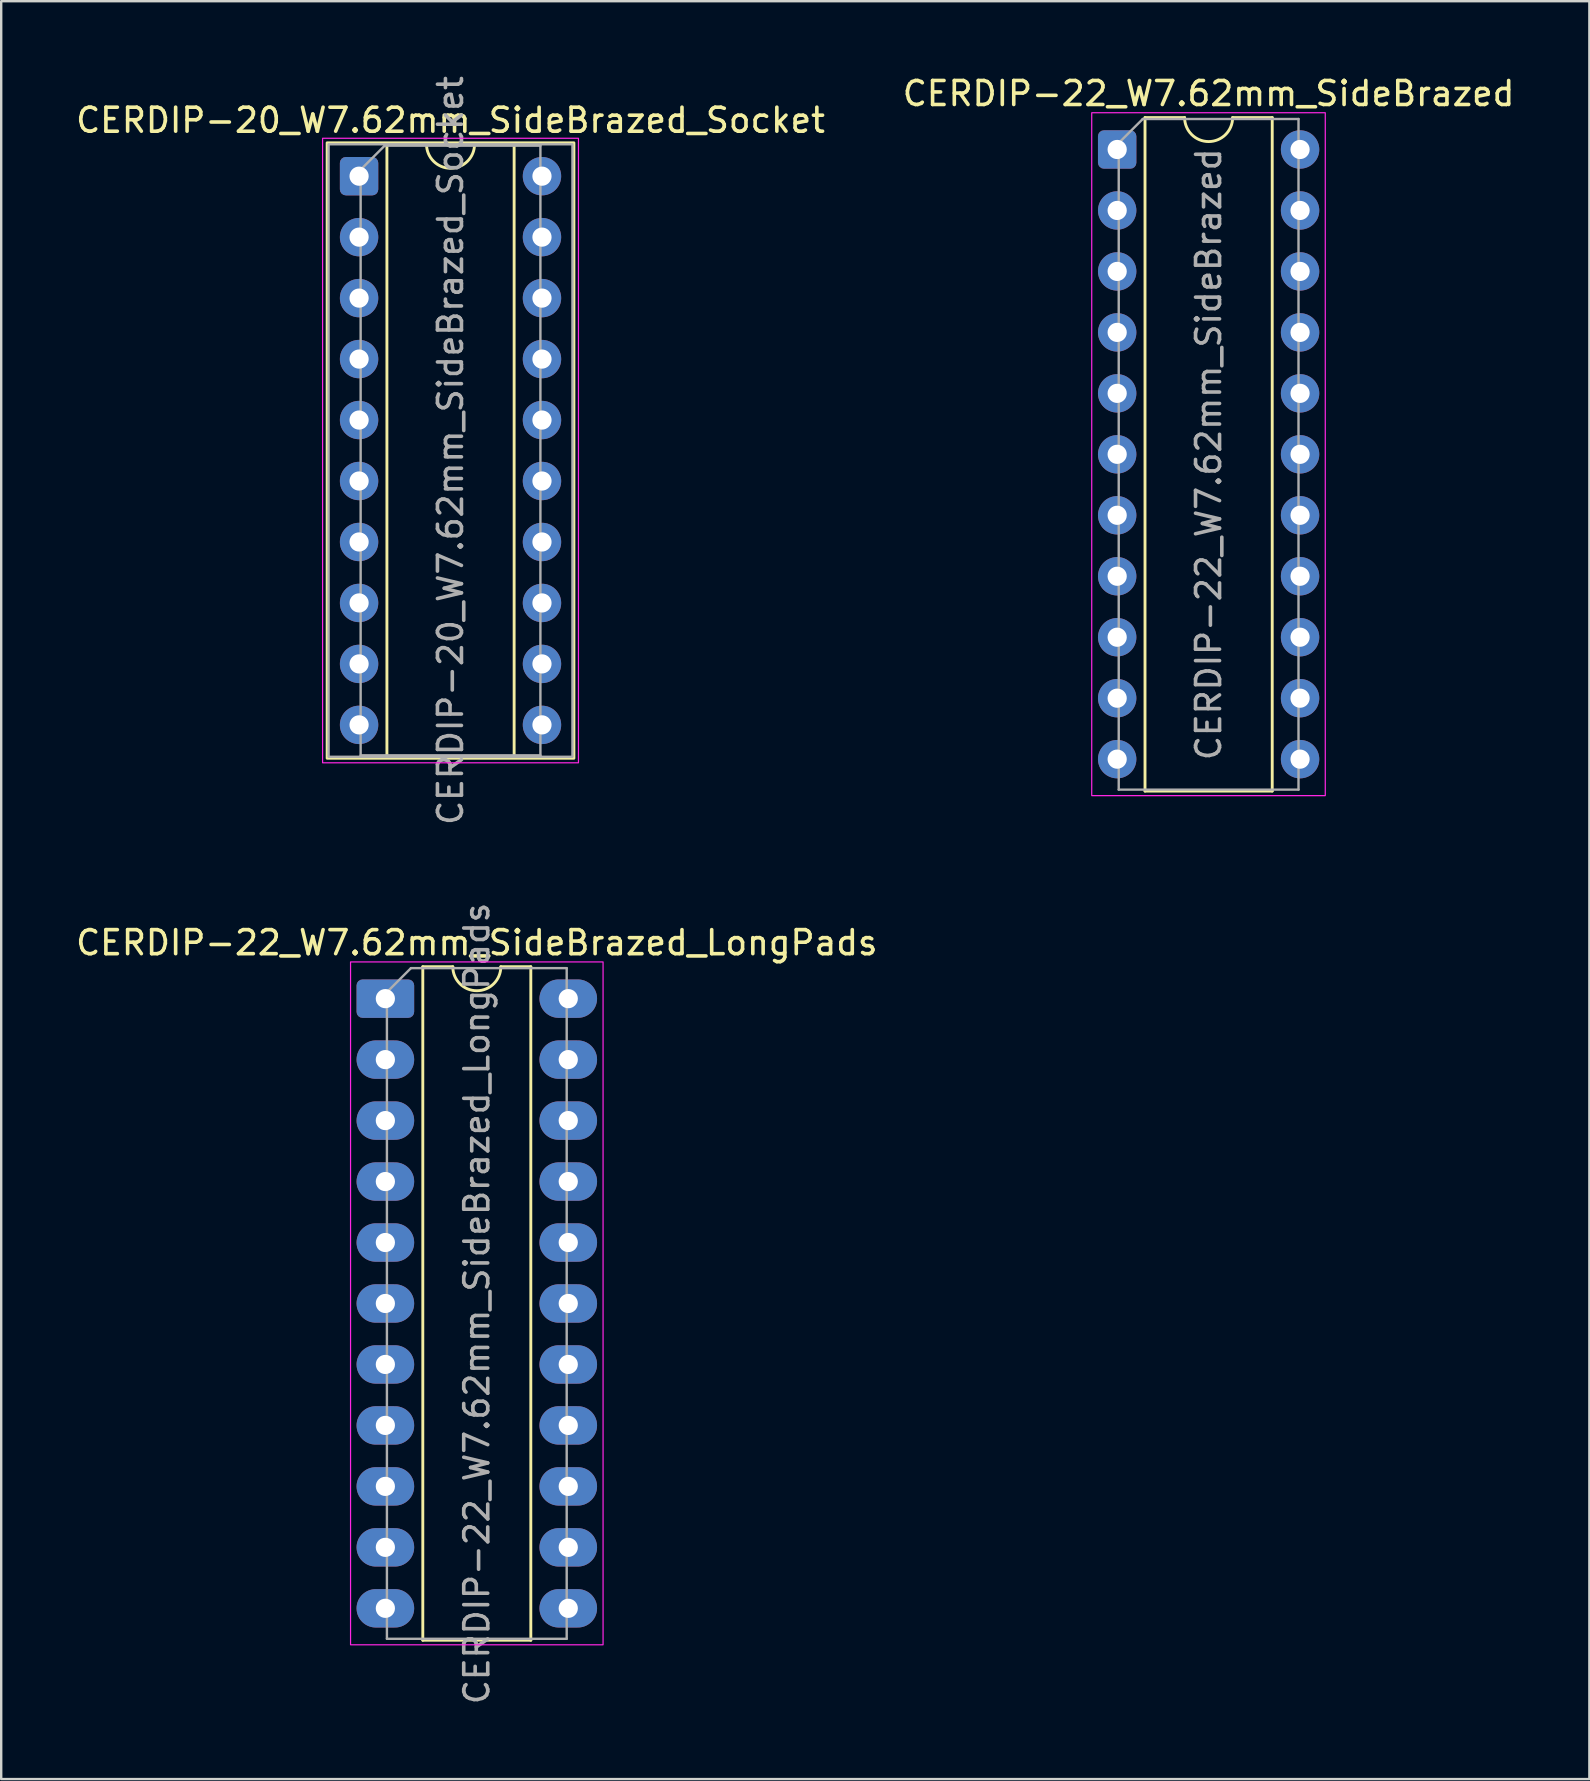
<source format=kicad_pcb>
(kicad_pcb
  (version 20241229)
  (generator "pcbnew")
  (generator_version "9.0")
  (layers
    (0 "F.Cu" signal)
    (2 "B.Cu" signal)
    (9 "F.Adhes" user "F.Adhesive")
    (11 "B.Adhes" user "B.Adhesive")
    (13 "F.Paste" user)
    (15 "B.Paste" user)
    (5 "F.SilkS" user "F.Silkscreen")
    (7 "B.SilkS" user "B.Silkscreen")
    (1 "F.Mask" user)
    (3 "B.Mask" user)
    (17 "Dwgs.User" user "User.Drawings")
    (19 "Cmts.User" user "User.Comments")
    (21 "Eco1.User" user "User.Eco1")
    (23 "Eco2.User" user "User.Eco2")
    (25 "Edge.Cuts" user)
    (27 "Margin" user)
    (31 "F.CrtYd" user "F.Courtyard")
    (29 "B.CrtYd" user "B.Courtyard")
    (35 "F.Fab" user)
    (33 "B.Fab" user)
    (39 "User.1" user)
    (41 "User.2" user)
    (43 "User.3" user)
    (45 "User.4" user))
  (footprint "CERDIP-22_W7.62mm_SideBrazed"
    (layer "F.Cu")
    (at 43.494 3.178)
    (property "Reference" "CERDIP-22_W7.62mm_SideBrazed" (at 3.81 -2.33 0) (layer "F.SilkS") (effects (font (size 1 1) (thickness 0.15))))
    (attr through_hole)
    (fp_line (start 1.16 -1.33) (end 1.16 26.73) (stroke (width 0.12) (type solid)) (layer "F.SilkS"))
    (fp_line (start 1.16 26.73) (end 6.46 26.73) (stroke (width 0.12) (type solid)) (layer "F.SilkS"))
    (fp_line (start 2.81 -1.33) (end 1.16 -1.33) (stroke (width 0.12) (type solid)) (layer "F.SilkS"))
    (fp_line (start 6.46 -1.33) (end 4.81 -1.33) (stroke (width 0.12) (type solid)) (layer "F.SilkS"))
    (fp_line (start 6.46 26.73) (end 6.46 -1.33) (stroke (width 0.12) (type solid)) (layer "F.SilkS"))
    (fp_arc (start 4.81 -1.33) (mid 3.81 -0.33) (end 2.81 -1.33) (stroke (width 0.12) (type solid)) (layer "F.SilkS"))
    (fp_rect (start -1.06 -1.53) (end 8.67 26.92) (stroke (width 0.05) (type solid)) (fill no) (layer "F.CrtYd"))
    (fp_line (start 0.065 -0.27) (end 1.065 -1.27) (stroke (width 0.1) (type solid)) (layer "F.Fab"))
    (fp_line (start 0.065 26.67) (end 0.065 -0.27) (stroke (width 0.1) (type solid)) (layer "F.Fab"))
    (fp_line (start 1.065 -1.27) (end 7.555 -1.27) (stroke (width 0.1) (type solid)) (layer "F.Fab"))
    (fp_line (start 7.555 -1.27) (end 7.555 26.67) (stroke (width 0.1) (type solid)) (layer "F.Fab"))
    (fp_line (start 7.555 26.67) (end 0.065 26.67) (stroke (width 0.1) (type solid)) (layer "F.Fab"))
    (fp_text user "${REFERENCE}" (at 3.81 12.7 90) (layer "F.Fab") (effects (font (size 1 1) (thickness 0.15))))
    (pad "1" thru_hole roundrect (at 0 0) (size 1.6 1.6) (drill 0.8) (layers "*.Cu" "*.Mask") (roundrect_rratio 0.156))
    (pad "2" thru_hole circle (at 0 2.54) (size 1.6 1.6) (drill 0.8) (layers "*.Cu" "*.Mask"))
    (pad "3" thru_hole circle (at 0 5.08) (size 1.6 1.6) (drill 0.8) (layers "*.Cu" "*.Mask"))
    (pad "4" thru_hole circle (at 0 7.62) (size 1.6 1.6) (drill 0.8) (layers "*.Cu" "*.Mask"))
    (pad "5" thru_hole circle (at 0 10.16) (size 1.6 1.6) (drill 0.8) (layers "*.Cu" "*.Mask"))
    (pad "6" thru_hole circle (at 0 12.7) (size 1.6 1.6) (drill 0.8) (layers "*.Cu" "*.Mask"))
    (pad "7" thru_hole circle (at 0 15.24) (size 1.6 1.6) (drill 0.8) (layers "*.Cu" "*.Mask"))
    (pad "8" thru_hole circle (at 0 17.78) (size 1.6 1.6) (drill 0.8) (layers "*.Cu" "*.Mask"))
    (pad "9" thru_hole circle (at 0 20.32) (size 1.6 1.6) (drill 0.8) (layers "*.Cu" "*.Mask"))
    (pad "10" thru_hole circle (at 0 22.86) (size 1.6 1.6) (drill 0.8) (layers "*.Cu" "*.Mask"))
    (pad "11" thru_hole circle (at 0 25.4) (size 1.6 1.6) (drill 0.8) (layers "*.Cu" "*.Mask"))
    (pad "12" thru_hole circle (at 7.62 25.4) (size 1.6 1.6) (drill 0.8) (layers "*.Cu" "*.Mask"))
    (pad "13" thru_hole circle (at 7.62 22.86) (size 1.6 1.6) (drill 0.8) (layers "*.Cu" "*.Mask"))
    (pad "14" thru_hole circle (at 7.62 20.32) (size 1.6 1.6) (drill 0.8) (layers "*.Cu" "*.Mask"))
    (pad "15" thru_hole circle (at 7.62 17.78) (size 1.6 1.6) (drill 0.8) (layers "*.Cu" "*.Mask"))
    (pad "16" thru_hole circle (at 7.62 15.24) (size 1.6 1.6) (drill 0.8) (layers "*.Cu" "*.Mask"))
    (pad "17" thru_hole circle (at 7.62 12.7) (size 1.6 1.6) (drill 0.8) (layers "*.Cu" "*.Mask"))
    (pad "18" thru_hole circle (at 7.62 10.16) (size 1.6 1.6) (drill 0.8) (layers "*.Cu" "*.Mask"))
    (pad "19" thru_hole circle (at 7.62 7.62) (size 1.6 1.6) (drill 0.8) (layers "*.Cu" "*.Mask"))
    (pad "20" thru_hole circle (at 7.62 5.08) (size 1.6 1.6) (drill 0.8) (layers "*.Cu" "*.Mask"))
    (pad "21" thru_hole circle (at 7.62 2.54) (size 1.6 1.6) (drill 0.8) (layers "*.Cu" "*.Mask"))
    (pad "22" thru_hole circle (at 7.62 0) (size 1.6 1.6) (drill 0.8) (layers "*.Cu" "*.Mask")))
  (footprint "CERDIP-20_W7.62mm_SideBrazed_Socket"
    (layer "F.Cu")
    (at 11.91 4.29)
    (property "Reference" "CERDIP-20_W7.62mm_SideBrazed_Socket" (at 3.81 -2.33 0) (layer "F.SilkS") (effects (font (size 1 1) (thickness 0.15))))
    (attr through_hole)
    (fp_line (start 1.16 -1.33) (end 1.16 24.19) (stroke (width 0.12) (type solid)) (layer "F.SilkS"))
    (fp_line (start 1.16 24.19) (end 6.46 24.19) (stroke (width 0.12) (type solid)) (layer "F.SilkS"))
    (fp_line (start 2.81 -1.33) (end 1.16 -1.33) (stroke (width 0.12) (type solid)) (layer "F.SilkS"))
    (fp_line (start 6.46 -1.33) (end 4.81 -1.33) (stroke (width 0.12) (type solid)) (layer "F.SilkS"))
    (fp_line (start 6.46 24.19) (end 6.46 -1.33) (stroke (width 0.12) (type solid)) (layer "F.SilkS"))
    (fp_rect (start -1.33 -1.39) (end 8.95 24.25) (stroke (width 0.12) (type solid)) (fill no) (layer "F.SilkS"))
    (fp_arc (start 4.81 -1.33) (mid 3.81 -0.33) (end 2.81 -1.33) (stroke (width 0.12) (type solid)) (layer "F.SilkS"))
    (fp_rect (start -1.52 -1.58) (end 9.14 24.44) (stroke (width 0.05) (type solid)) (fill no) (layer "F.CrtYd"))
    (fp_line (start 0.065 -0.27) (end 1.065 -1.27) (stroke (width 0.1) (type solid)) (layer "F.Fab"))
    (fp_line (start 0.065 24.13) (end 0.065 -0.27) (stroke (width 0.1) (type solid)) (layer "F.Fab"))
    (fp_line (start 1.065 -1.27) (end 7.555 -1.27) (stroke (width 0.1) (type solid)) (layer "F.Fab"))
    (fp_line (start 7.555 -1.27) (end 7.555 24.13) (stroke (width 0.1) (type solid)) (layer "F.Fab"))
    (fp_line (start 7.555 24.13) (end 0.065 24.13) (stroke (width 0.1) (type solid)) (layer "F.Fab"))
    (fp_rect (start -1.27 -1.33) (end 8.89 24.19) (stroke (width 0.1) (type solid)) (fill no) (layer "F.Fab"))
    (fp_text user "${REFERENCE}" (at 3.81 11.43 90) (layer "F.Fab") (effects (font (size 1 1) (thickness 0.15))))
    (pad "1" thru_hole roundrect (at 0 0) (size 1.6 1.6) (drill 0.8) (layers "*.Cu" "*.Mask") (roundrect_rratio 0.156))
    (pad "2" thru_hole circle (at 0 2.54) (size 1.6 1.6) (drill 0.8) (layers "*.Cu" "*.Mask"))
    (pad "3" thru_hole circle (at 0 5.08) (size 1.6 1.6) (drill 0.8) (layers "*.Cu" "*.Mask"))
    (pad "4" thru_hole circle (at 0 7.62) (size 1.6 1.6) (drill 0.8) (layers "*.Cu" "*.Mask"))
    (pad "5" thru_hole circle (at 0 10.16) (size 1.6 1.6) (drill 0.8) (layers "*.Cu" "*.Mask"))
    (pad "6" thru_hole circle (at 0 12.7) (size 1.6 1.6) (drill 0.8) (layers "*.Cu" "*.Mask"))
    (pad "7" thru_hole circle (at 0 15.24) (size 1.6 1.6) (drill 0.8) (layers "*.Cu" "*.Mask"))
    (pad "8" thru_hole circle (at 0 17.78) (size 1.6 1.6) (drill 0.8) (layers "*.Cu" "*.Mask"))
    (pad "9" thru_hole circle (at 0 20.32) (size 1.6 1.6) (drill 0.8) (layers "*.Cu" "*.Mask"))
    (pad "10" thru_hole circle (at 0 22.86) (size 1.6 1.6) (drill 0.8) (layers "*.Cu" "*.Mask"))
    (pad "11" thru_hole circle (at 7.62 22.86) (size 1.6 1.6) (drill 0.8) (layers "*.Cu" "*.Mask"))
    (pad "12" thru_hole circle (at 7.62 20.32) (size 1.6 1.6) (drill 0.8) (layers "*.Cu" "*.Mask"))
    (pad "13" thru_hole circle (at 7.62 17.78) (size 1.6 1.6) (drill 0.8) (layers "*.Cu" "*.Mask"))
    (pad "14" thru_hole circle (at 7.62 15.24) (size 1.6 1.6) (drill 0.8) (layers "*.Cu" "*.Mask"))
    (pad "15" thru_hole circle (at 7.62 12.7) (size 1.6 1.6) (drill 0.8) (layers "*.Cu" "*.Mask"))
    (pad "16" thru_hole circle (at 7.62 10.16) (size 1.6 1.6) (drill 0.8) (layers "*.Cu" "*.Mask"))
    (pad "17" thru_hole circle (at 7.62 7.62) (size 1.6 1.6) (drill 0.8) (layers "*.Cu" "*.Mask"))
    (pad "18" thru_hole circle (at 7.62 5.08) (size 1.6 1.6) (drill 0.8) (layers "*.Cu" "*.Mask"))
    (pad "19" thru_hole circle (at 7.62 2.54) (size 1.6 1.6) (drill 0.8) (layers "*.Cu" "*.Mask"))
    (pad "20" thru_hole circle (at 7.62 0) (size 1.6 1.6) (drill 0.8) (layers "*.Cu" "*.Mask")))
  (footprint "CERDIP-22_W7.62mm_SideBrazed_LongPads"
    (layer "F.Cu")
    (at 13.005 38.556)
    (property "Reference" "CERDIP-22_W7.62mm_SideBrazed_LongPads" (at 3.81 -2.33 0) (layer "F.SilkS") (effects (font (size 1 1) (thickness 0.15))))
    (attr through_hole)
    (fp_line (start 1.56 -1.33) (end 1.56 26.73) (stroke (width 0.12) (type solid)) (layer "F.SilkS"))
    (fp_line (start 1.56 26.73) (end 6.06 26.73) (stroke (width 0.12) (type solid)) (layer "F.SilkS"))
    (fp_line (start 2.81 -1.33) (end 1.56 -1.33) (stroke (width 0.12) (type solid)) (layer "F.SilkS"))
    (fp_line (start 6.06 -1.33) (end 4.81 -1.33) (stroke (width 0.12) (type solid)) (layer "F.SilkS"))
    (fp_line (start 6.06 26.73) (end 6.06 -1.33) (stroke (width 0.12) (type solid)) (layer "F.SilkS"))
    (fp_arc (start 4.81 -1.33) (mid 3.81 -0.33) (end 2.81 -1.33) (stroke (width 0.12) (type solid)) (layer "F.SilkS"))
    (fp_rect (start -1.45 -1.53) (end 9.07 26.92) (stroke (width 0.05) (type solid)) (fill no) (layer "F.CrtYd"))
    (fp_line (start 0.065 -0.27) (end 1.065 -1.27) (stroke (width 0.1) (type solid)) (layer "F.Fab"))
    (fp_line (start 0.065 26.67) (end 0.065 -0.27) (stroke (width 0.1) (type solid)) (layer "F.Fab"))
    (fp_line (start 1.065 -1.27) (end 7.555 -1.27) (stroke (width 0.1) (type solid)) (layer "F.Fab"))
    (fp_line (start 7.555 -1.27) (end 7.555 26.67) (stroke (width 0.1) (type solid)) (layer "F.Fab"))
    (fp_line (start 7.555 26.67) (end 0.065 26.67) (stroke (width 0.1) (type solid)) (layer "F.Fab"))
    (fp_text user "${REFERENCE}" (at 3.81 12.7 90) (layer "F.Fab") (effects (font (size 1 1) (thickness 0.15))))
    (pad "1" thru_hole roundrect (at 0 0) (size 2.4 1.6) (drill 0.8) (layers "*.Cu" "*.Mask") (roundrect_rratio 0.156))
    (pad "2" thru_hole oval (at 0 2.54) (size 2.4 1.6) (drill 0.8) (layers "*.Cu" "*.Mask"))
    (pad "3" thru_hole oval (at 0 5.08) (size 2.4 1.6) (drill 0.8) (layers "*.Cu" "*.Mask"))
    (pad "4" thru_hole oval (at 0 7.62) (size 2.4 1.6) (drill 0.8) (layers "*.Cu" "*.Mask"))
    (pad "5" thru_hole oval (at 0 10.16) (size 2.4 1.6) (drill 0.8) (layers "*.Cu" "*.Mask"))
    (pad "6" thru_hole oval (at 0 12.7) (size 2.4 1.6) (drill 0.8) (layers "*.Cu" "*.Mask"))
    (pad "7" thru_hole oval (at 0 15.24) (size 2.4 1.6) (drill 0.8) (layers "*.Cu" "*.Mask"))
    (pad "8" thru_hole oval (at 0 17.78) (size 2.4 1.6) (drill 0.8) (layers "*.Cu" "*.Mask"))
    (pad "9" thru_hole oval (at 0 20.32) (size 2.4 1.6) (drill 0.8) (layers "*.Cu" "*.Mask"))
    (pad "10" thru_hole oval (at 0 22.86) (size 2.4 1.6) (drill 0.8) (layers "*.Cu" "*.Mask"))
    (pad "11" thru_hole oval (at 0 25.4) (size 2.4 1.6) (drill 0.8) (layers "*.Cu" "*.Mask"))
    (pad "12" thru_hole oval (at 7.62 25.4) (size 2.4 1.6) (drill 0.8) (layers "*.Cu" "*.Mask"))
    (pad "13" thru_hole oval (at 7.62 22.86) (size 2.4 1.6) (drill 0.8) (layers "*.Cu" "*.Mask"))
    (pad "14" thru_hole oval (at 7.62 20.32) (size 2.4 1.6) (drill 0.8) (layers "*.Cu" "*.Mask"))
    (pad "15" thru_hole oval (at 7.62 17.78) (size 2.4 1.6) (drill 0.8) (layers "*.Cu" "*.Mask"))
    (pad "16" thru_hole oval (at 7.62 15.24) (size 2.4 1.6) (drill 0.8) (layers "*.Cu" "*.Mask"))
    (pad "17" thru_hole oval (at 7.62 12.7) (size 2.4 1.6) (drill 0.8) (layers "*.Cu" "*.Mask"))
    (pad "18" thru_hole oval (at 7.62 10.16) (size 2.4 1.6) (drill 0.8) (layers "*.Cu" "*.Mask"))
    (pad "19" thru_hole oval (at 7.62 7.62) (size 2.4 1.6) (drill 0.8) (layers "*.Cu" "*.Mask"))
    (pad "20" thru_hole oval (at 7.62 5.08) (size 2.4 1.6) (drill 0.8) (layers "*.Cu" "*.Mask"))
    (pad "21" thru_hole oval (at 7.62 2.54) (size 2.4 1.6) (drill 0.8) (layers "*.Cu" "*.Mask"))
    (pad "22" thru_hole oval (at 7.62 0) (size 2.4 1.6) (drill 0.8) (layers "*.Cu" "*.Mask")))
  (gr_rect
    (start -3 -3)
    (end 63.167 71.071)
    (stroke (width 0.1) (type default))
    (fill no)
    (layer "Edge.Cuts")))
</source>
